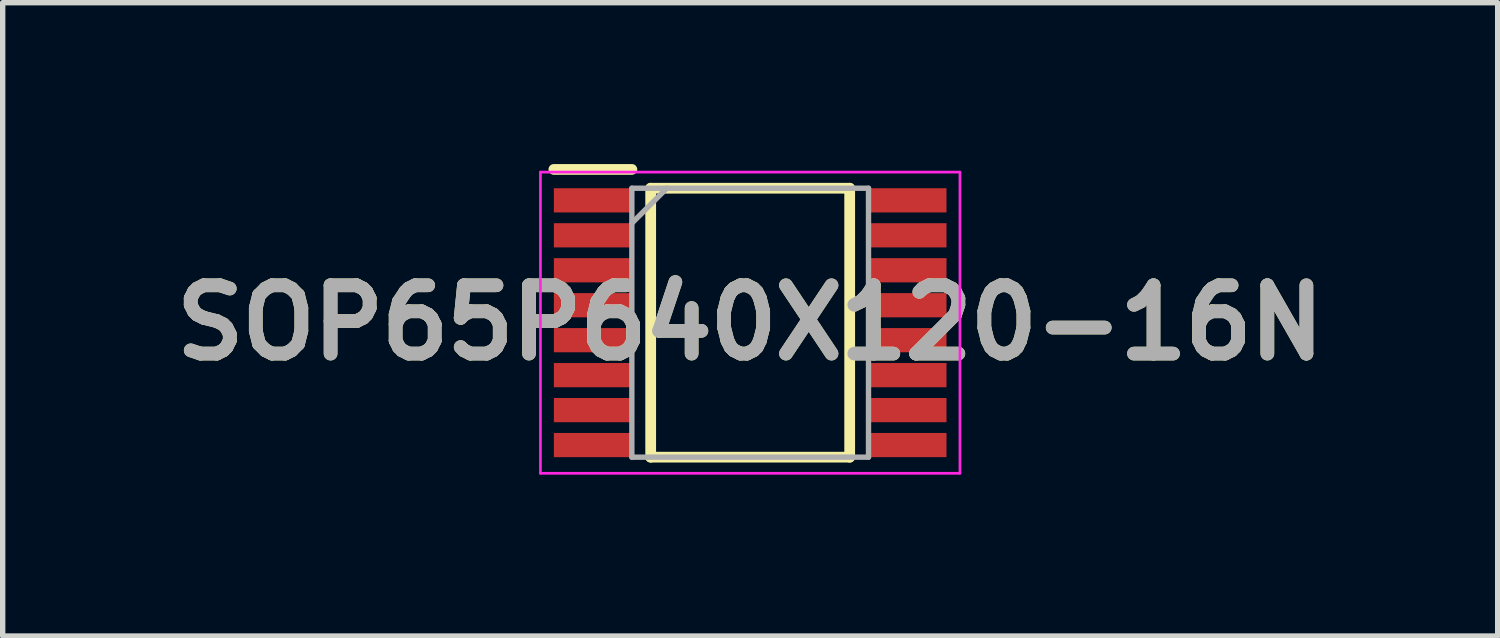
<source format=kicad_pcb>
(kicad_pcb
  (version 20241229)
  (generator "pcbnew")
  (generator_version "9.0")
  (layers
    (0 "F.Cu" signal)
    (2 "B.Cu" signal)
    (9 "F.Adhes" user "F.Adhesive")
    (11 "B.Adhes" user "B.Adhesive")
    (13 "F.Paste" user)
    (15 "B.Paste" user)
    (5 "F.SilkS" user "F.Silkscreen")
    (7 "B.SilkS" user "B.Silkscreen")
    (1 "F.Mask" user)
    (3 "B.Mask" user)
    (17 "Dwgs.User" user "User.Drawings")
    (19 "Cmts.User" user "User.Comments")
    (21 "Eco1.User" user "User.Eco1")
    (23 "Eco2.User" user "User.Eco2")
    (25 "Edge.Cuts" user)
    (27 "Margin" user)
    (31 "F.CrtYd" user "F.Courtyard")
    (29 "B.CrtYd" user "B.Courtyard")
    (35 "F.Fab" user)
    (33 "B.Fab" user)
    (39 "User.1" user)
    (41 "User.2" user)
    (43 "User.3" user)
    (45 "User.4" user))
  (footprint "SOP65P640X120-16N"
    (layer "F.Cu")
    (at 10.898 2.95)
    (property "Reference" "SOP65P640X120-16N" (at 0 0 0) (layer "F.SilkS") (effects (font (size 1.27 1.27) (thickness 0.254))))
    (attr smd)
    (fp_line (start -3.65 -2.85) (end -2.2 -2.85) (stroke (width 0.2) (type solid)) (layer "F.SilkS"))
    (fp_line (start -1.85 -2.5) (end 1.85 -2.5) (stroke (width 0.2) (type solid)) (layer "F.SilkS"))
    (fp_line (start -1.85 2.5) (end -1.85 -2.5) (stroke (width 0.2) (type solid)) (layer "F.SilkS"))
    (fp_line (start 1.85 -2.5) (end 1.85 2.5) (stroke (width 0.2) (type solid)) (layer "F.SilkS"))
    (fp_line (start 1.85 2.5) (end -1.85 2.5) (stroke (width 0.2) (type solid)) (layer "F.SilkS"))
    (fp_line (start -3.9 -2.8) (end 3.9 -2.8) (stroke (width 0.05) (type solid)) (layer "F.CrtYd"))
    (fp_line (start -3.9 2.8) (end -3.9 -2.8) (stroke (width 0.05) (type solid)) (layer "F.CrtYd"))
    (fp_line (start 3.9 -2.8) (end 3.9 2.8) (stroke (width 0.05) (type solid)) (layer "F.CrtYd"))
    (fp_line (start 3.9 2.8) (end -3.9 2.8) (stroke (width 0.05) (type solid)) (layer "F.CrtYd"))
    (fp_line (start -2.2 -2.5) (end 2.2 -2.5) (stroke (width 0.1) (type solid)) (layer "F.Fab"))
    (fp_line (start -2.2 -1.85) (end -1.55 -2.5) (stroke (width 0.1) (type solid)) (layer "F.Fab"))
    (fp_line (start -2.2 2.5) (end -2.2 -2.5) (stroke (width 0.1) (type solid)) (layer "F.Fab"))
    (fp_line (start 2.2 -2.5) (end 2.2 2.5) (stroke (width 0.1) (type solid)) (layer "F.Fab"))
    (fp_line (start 2.2 2.5) (end -2.2 2.5) (stroke (width 0.1) (type solid)) (layer "F.Fab"))
    (fp_text user "${REFERENCE}" (at 0 0 0) (layer "F.Fab") (effects (font (size 1.27 1.27) (thickness 0.254))))
    (pad "1" smd rect (at -2.925 -2.275 90) (size 0.45 1.45) (layers "F.Cu" "F.Mask" "F.Paste"))
    (pad "2" smd rect (at -2.925 -1.625 90) (size 0.45 1.45) (layers "F.Cu" "F.Mask" "F.Paste"))
    (pad "3" smd rect (at -2.925 -0.975 90) (size 0.45 1.45) (layers "F.Cu" "F.Mask" "F.Paste"))
    (pad "4" smd rect (at -2.925 -0.325 90) (size 0.45 1.45) (layers "F.Cu" "F.Mask" "F.Paste"))
    (pad "5" smd rect (at -2.925 0.325 90) (size 0.45 1.45) (layers "F.Cu" "F.Mask" "F.Paste"))
    (pad "6" smd rect (at -2.925 0.975 90) (size 0.45 1.45) (layers "F.Cu" "F.Mask" "F.Paste"))
    (pad "7" smd rect (at -2.925 1.625 90) (size 0.45 1.45) (layers "F.Cu" "F.Mask" "F.Paste"))
    (pad "8" smd rect (at -2.925 2.275 90) (size 0.45 1.45) (layers "F.Cu" "F.Mask" "F.Paste"))
    (pad "9" smd rect (at 2.925 2.275 90) (size 0.45 1.45) (layers "F.Cu" "F.Mask" "F.Paste"))
    (pad "10" smd rect (at 2.925 1.625 90) (size 0.45 1.45) (layers "F.Cu" "F.Mask" "F.Paste"))
    (pad "11" smd rect (at 2.925 0.975 90) (size 0.45 1.45) (layers "F.Cu" "F.Mask" "F.Paste"))
    (pad "12" smd rect (at 2.925 0.325 90) (size 0.45 1.45) (layers "F.Cu" "F.Mask" "F.Paste"))
    (pad "13" smd rect (at 2.925 -0.325 90) (size 0.45 1.45) (layers "F.Cu" "F.Mask" "F.Paste"))
    (pad "14" smd rect (at 2.925 -0.975 90) (size 0.45 1.45) (layers "F.Cu" "F.Mask" "F.Paste"))
    (pad "15" smd rect (at 2.925 -1.625 90) (size 0.45 1.45) (layers "F.Cu" "F.Mask" "F.Paste"))
    (pad "16" smd rect (at 2.925 -2.275 90) (size 0.45 1.45) (layers "F.Cu" "F.Mask" "F.Paste")))
  (gr_rect
    (start -3 -3)
    (end 24.796 8.775)
    (stroke (width 0.1) (type default))
    (fill no)
    (layer "Edge.Cuts")))
</source>
